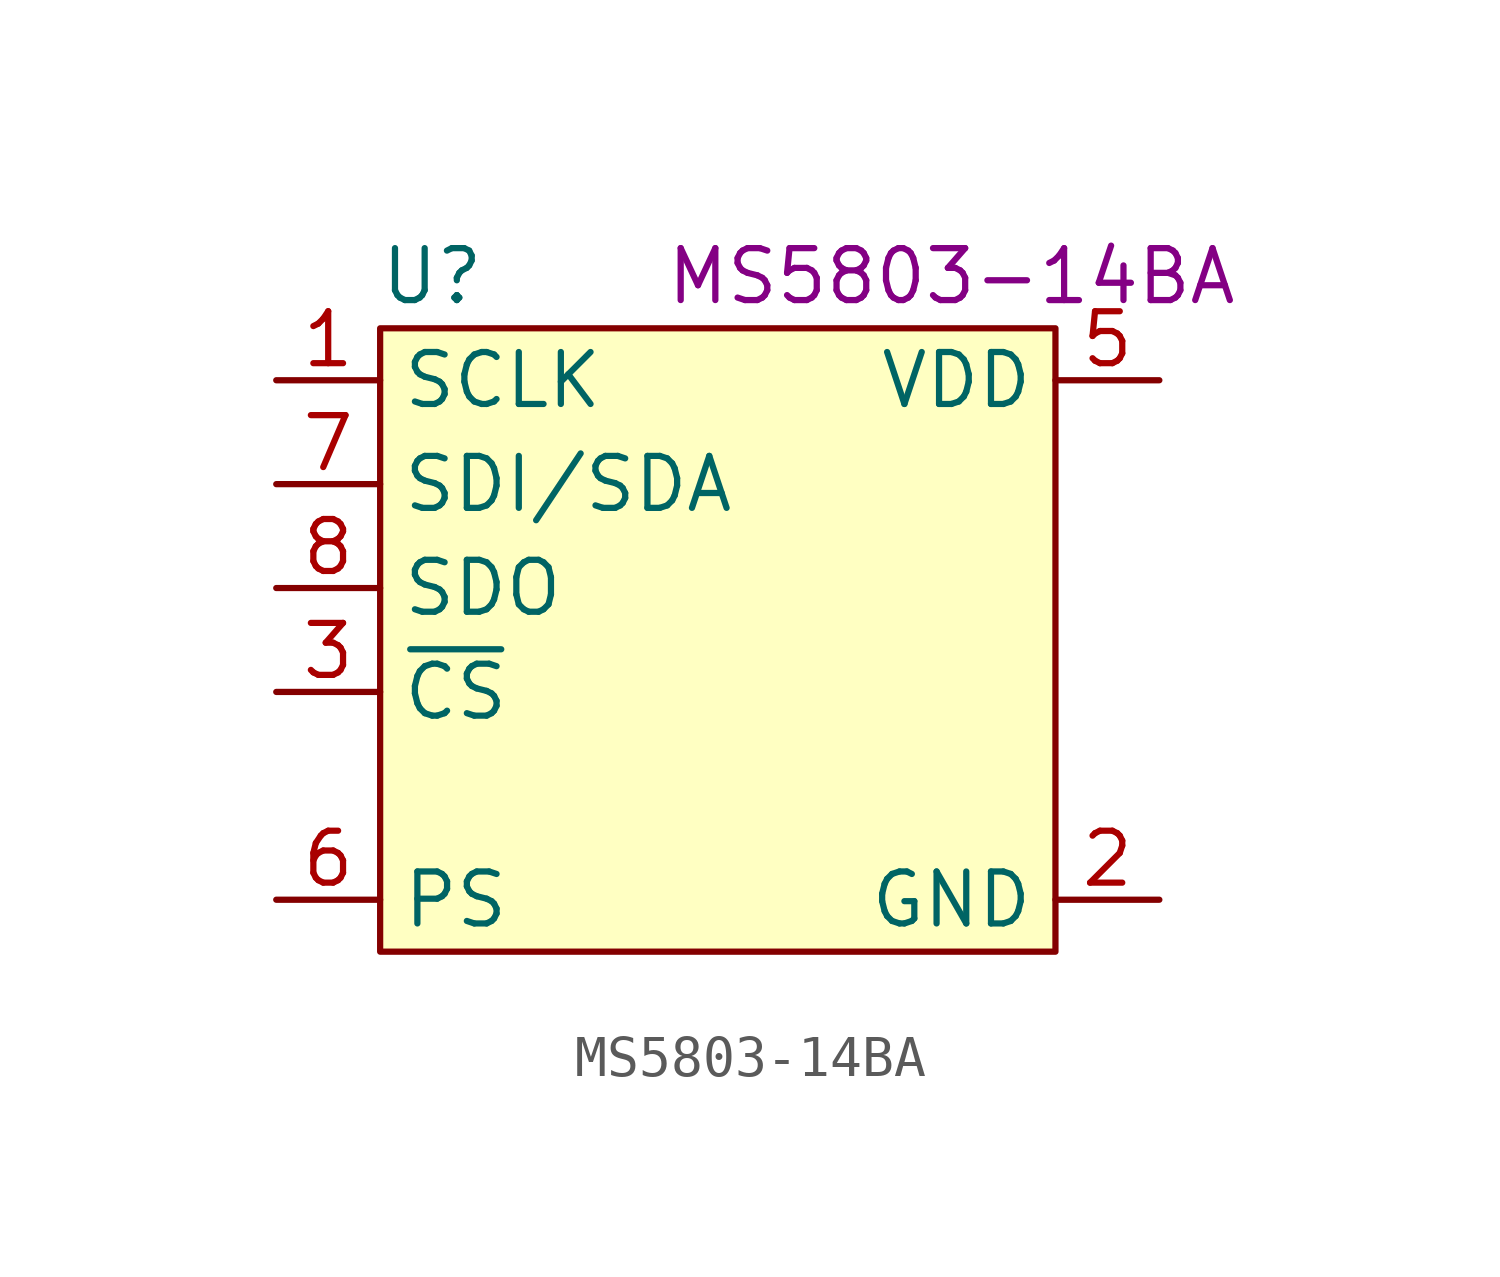
<source format=kicad_sym>
(kicad_symbol_lib
  (version 20231120)
  (generator "kicad_symbol_editor")
  (generator_version "8.0")
  (symbol "MS5803-14BA"
    (property "Reference" "U"
      (at -6.35 10.16 0)
      (effects (font (size 1.27 1.27))))
    (property "MPN" "MS5803-14BA"
      (at 6.35 10.16 0)
      (effects (font (size 1.27 1.27))))
    (symbol "MS5803-14BA_0_1"
      (rectangle (start -7.62 8.89) (end 8.89 -6.35) (stroke (width 0) (type default)) (fill (type background))))
    (symbol "MS5803-14BA_1_1"
      (pin input line (at -10.16 7.62 0) (length 2.54) (name "SCLK" (effects (font (size 1.27 1.27)))) (number "1" (effects (font (size 1.27 1.27)))))
      (pin power_in line (at 11.43 -5.08 180) (length 2.54) (name "GND" (effects (font (size 1.27 1.27)))) (number "2" (effects (font (size 1.27 1.27)))))
      (pin input line (at -10.16 0 0) (length 2.54) (name "~{CS}" (effects (font (size 1.27 1.27)))) (number "3" (effects (font (size 1.27 1.27)))))
      (pin power_in line (at 11.43 7.62 180) (length 2.54) (name "VDD" (effects (font (size 1.27 1.27)))) (number "5" (effects (font (size 1.27 1.27)))))
      (pin input line (at -10.16 -5.08 0) (length 2.54) (name "PS" (effects (font (size 1.27 1.27)))) (number "6" (effects (font (size 1.27 1.27)))))
      (pin bidirectional line (at -10.16 5.08 0) (length 2.54) (name "SDI/SDA" (effects (font (size 1.27 1.27)))) (number "7" (effects (font (size 1.27 1.27)))))
      (pin output line (at -10.16 2.54 0) (length 2.54) (name "SDO" (effects (font (size 1.27 1.27)))) (number "8" (effects (font (size 1.27 1.27))))))))
</source>
